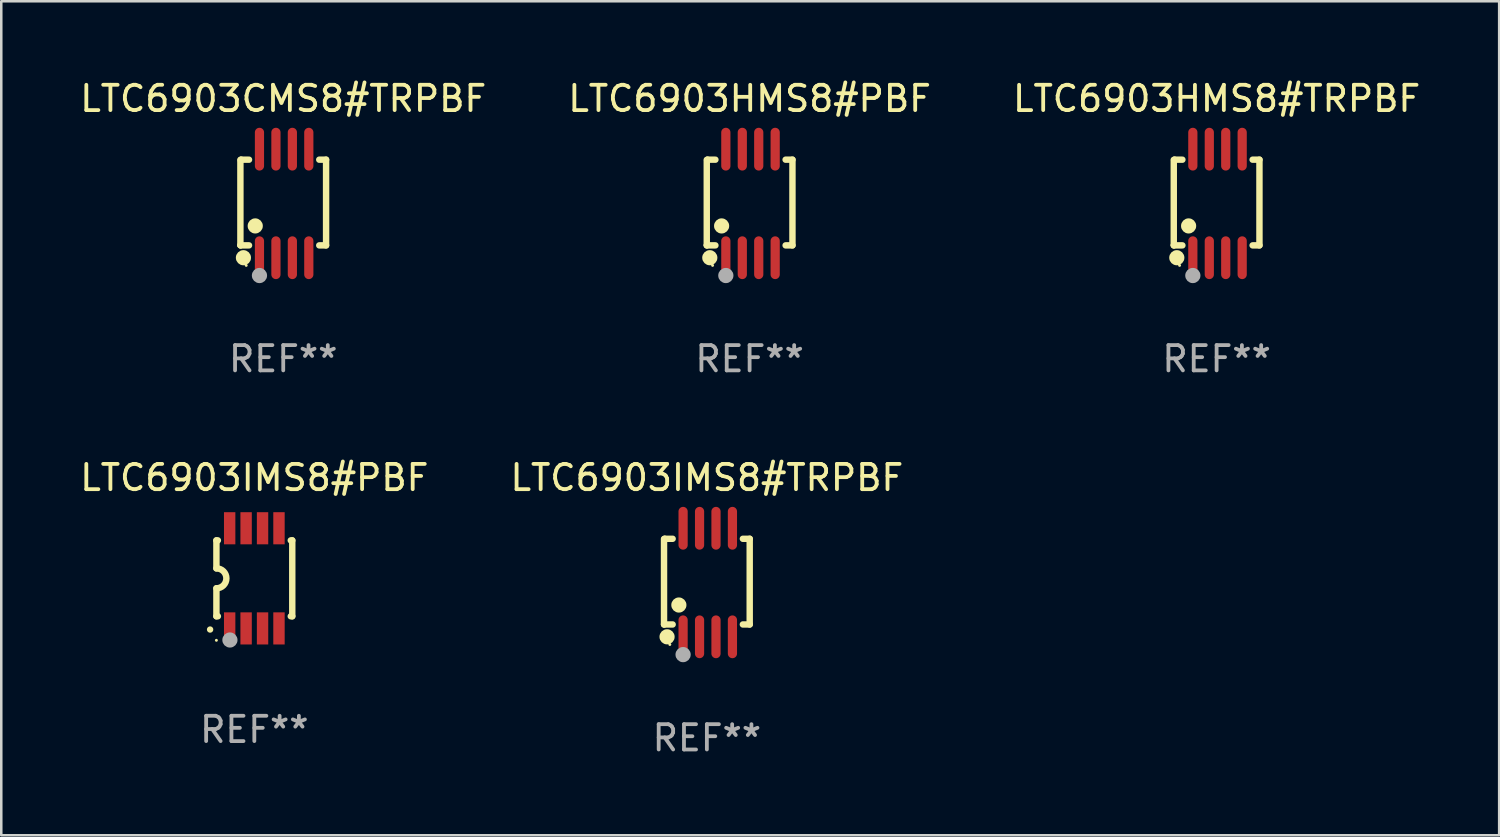
<source format=kicad_pcb>
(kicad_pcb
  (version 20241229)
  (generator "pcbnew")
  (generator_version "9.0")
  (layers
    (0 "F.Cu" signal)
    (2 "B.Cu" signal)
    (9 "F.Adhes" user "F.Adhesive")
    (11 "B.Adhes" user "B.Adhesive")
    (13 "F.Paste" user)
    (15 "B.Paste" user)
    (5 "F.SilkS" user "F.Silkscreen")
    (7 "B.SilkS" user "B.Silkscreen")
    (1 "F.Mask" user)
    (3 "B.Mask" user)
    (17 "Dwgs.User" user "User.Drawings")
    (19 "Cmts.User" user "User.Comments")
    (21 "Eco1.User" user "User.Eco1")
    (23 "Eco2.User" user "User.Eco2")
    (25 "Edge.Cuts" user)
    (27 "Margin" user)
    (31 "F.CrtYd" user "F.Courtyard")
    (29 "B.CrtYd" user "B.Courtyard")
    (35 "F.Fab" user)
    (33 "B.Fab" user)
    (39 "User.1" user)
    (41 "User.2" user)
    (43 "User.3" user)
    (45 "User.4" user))
  (footprint "LTC6903IMS8#TRPBF"
    (layer "F.Cu")
    (at 24.899 19.983)
    (property "Reference" "LTC6903IMS8#TRPBF" (at 0 -4.146 0) (layer "F.SilkS") (effects (font (size 1 1) (thickness 0.15))))
    (attr through_hole)
    (fp_line (start -1.694 -1.724) (end -1.694 1.652) (stroke (width 0.254) (type solid)) (layer "F.SilkS"))
    (fp_line (start -1.694 1.652) (end -1.688 1.658) (stroke (width 0.254) (type solid)) (layer "F.SilkS"))
    (fp_line (start -1.688 1.658) (end -1.353 1.658) (stroke (width 0.254) (type solid)) (layer "F.SilkS"))
    (fp_line (start -1.661 -1.73) (end -1.681 -1.71) (stroke (width 0.254) (type solid)) (layer "F.SilkS"))
    (fp_line (start -1.353 -1.73) (end -1.661 -1.73) (stroke (width 0.254) (type solid)) (layer "F.SilkS"))
    (fp_line (start 1.424 1.658) (end 1.694 1.658) (stroke (width 0.254) (type solid)) (layer "F.SilkS"))
    (fp_line (start 1.694 -1.73) (end 1.424 -1.73) (stroke (width 0.254) (type solid)) (layer "F.SilkS"))
    (fp_line (start 1.694 1.658) (end 1.694 -1.73) (stroke (width 0.254) (type solid)) (layer "F.SilkS"))
    (fp_circle (center -1.574 2.146) (end -1.424 2.146) (stroke (width 0.3) (type solid)) (fill no) (layer "F.SilkS"))
    (fp_circle (center -1.464 2.45) (end -1.434 2.45) (stroke (width 0.06) (type solid)) (fill no) (layer "F.SilkS"))
    (fp_circle (center -1.107 0.889) (end -0.957 0.889) (stroke (width 0.3) (type solid)) (fill no) (layer "F.SilkS"))
    (fp_circle (center -0.94 2.85) (end -0.789 2.85) (stroke (width 0.3) (type solid)) (fill no) (layer "F.Fab"))
    (fp_text user "REF**" (at 0 6.146 0) (layer "F.Fab") (effects (font (size 1 1) (thickness 0.15))))
    (pad "1" smd oval (at -0.94 2.146) (size 0.364 1.692) (layers "F.Cu" "F.Mask" "F.Paste"))
    (pad "2" smd oval (at -0.289 2.146) (size 0.364 1.692) (layers "F.Cu" "F.Mask" "F.Paste"))
    (pad "3" smd oval (at 0.361 2.146) (size 0.364 1.692) (layers "F.Cu" "F.Mask" "F.Paste"))
    (pad "4" smd oval (at 1.011 2.146) (size 0.364 1.692) (layers "F.Cu" "F.Mask" "F.Paste"))
    (pad "5" smd oval (at 1.011 -2.146) (size 0.364 1.692) (layers "F.Cu" "F.Mask" "F.Paste"))
    (pad "6" smd oval (at 0.361 -2.146) (size 0.364 1.692) (layers "F.Cu" "F.Mask" "F.Paste"))
    (pad "7" smd oval (at -0.289 -2.146) (size 0.364 1.692) (layers "F.Cu" "F.Mask" "F.Paste"))
    (pad "8" smd oval (at -0.94 -2.146) (size 0.364 1.692) (layers "F.Cu" "F.Mask" "F.Paste")))
  (footprint "LTC6903HMS8#TRPBF"
    (layer "F.Cu")
    (at 45.054 4.994)
    (property "Reference" "LTC6903HMS8#TRPBF" (at 0 -4.146 0) (layer "F.SilkS") (effects (font (size 1 1) (thickness 0.15))))
    (attr through_hole)
    (fp_line (start -1.694 -1.724) (end -1.694 1.652) (stroke (width 0.254) (type solid)) (layer "F.SilkS"))
    (fp_line (start -1.694 1.652) (end -1.688 1.658) (stroke (width 0.254) (type solid)) (layer "F.SilkS"))
    (fp_line (start -1.688 1.658) (end -1.353 1.658) (stroke (width 0.254) (type solid)) (layer "F.SilkS"))
    (fp_line (start -1.661 -1.73) (end -1.681 -1.71) (stroke (width 0.254) (type solid)) (layer "F.SilkS"))
    (fp_line (start -1.353 -1.73) (end -1.661 -1.73) (stroke (width 0.254) (type solid)) (layer "F.SilkS"))
    (fp_line (start 1.424 1.658) (end 1.694 1.658) (stroke (width 0.254) (type solid)) (layer "F.SilkS"))
    (fp_line (start 1.694 -1.73) (end 1.424 -1.73) (stroke (width 0.254) (type solid)) (layer "F.SilkS"))
    (fp_line (start 1.694 1.658) (end 1.694 -1.73) (stroke (width 0.254) (type solid)) (layer "F.SilkS"))
    (fp_circle (center -1.574 2.146) (end -1.424 2.146) (stroke (width 0.3) (type solid)) (fill no) (layer "F.SilkS"))
    (fp_circle (center -1.464 2.45) (end -1.434 2.45) (stroke (width 0.06) (type solid)) (fill no) (layer "F.SilkS"))
    (fp_circle (center -1.107 0.889) (end -0.957 0.889) (stroke (width 0.3) (type solid)) (fill no) (layer "F.SilkS"))
    (fp_circle (center -0.94 2.85) (end -0.789 2.85) (stroke (width 0.3) (type solid)) (fill no) (layer "F.Fab"))
    (fp_text user "REF**" (at 0 6.146 0) (layer "F.Fab") (effects (font (size 1 1) (thickness 0.15))))
    (pad "1" smd oval (at -0.94 2.146) (size 0.364 1.692) (layers "F.Cu" "F.Mask" "F.Paste"))
    (pad "2" smd oval (at -0.289 2.146) (size 0.364 1.692) (layers "F.Cu" "F.Mask" "F.Paste"))
    (pad "3" smd oval (at 0.361 2.146) (size 0.364 1.692) (layers "F.Cu" "F.Mask" "F.Paste"))
    (pad "4" smd oval (at 1.011 2.146) (size 0.364 1.692) (layers "F.Cu" "F.Mask" "F.Paste"))
    (pad "5" smd oval (at 1.011 -2.146) (size 0.364 1.692) (layers "F.Cu" "F.Mask" "F.Paste"))
    (pad "6" smd oval (at 0.361 -2.146) (size 0.364 1.692) (layers "F.Cu" "F.Mask" "F.Paste"))
    (pad "7" smd oval (at -0.289 -2.146) (size 0.364 1.692) (layers "F.Cu" "F.Mask" "F.Paste"))
    (pad "8" smd oval (at -0.94 -2.146) (size 0.364 1.692) (layers "F.Cu" "F.Mask" "F.Paste")))
  (footprint "LTC6903IMS8#PBF"
    (layer "F.Cu")
    (at 7.006 19.817)
    (property "Reference" "LTC6903IMS8#PBF" (at 0 -3.98 0) (layer "F.SilkS") (effects (font (size 1 1) (thickness 0.15))))
    (attr through_hole)
    (fp_line (start -1.5 -1.5) (end -1.441 -1.5) (stroke (width 0.254) (type solid)) (layer "F.SilkS"))
    (fp_line (start -1.5 1.5) (end -1.441 1.5) (stroke (width 0.254) (type solid)) (layer "F.SilkS"))
    (fp_line (start -1.499 -0.394) (end -1.499 -1.5) (stroke (width 0.254) (type solid)) (layer "F.SilkS"))
    (fp_line (start -1.499 0.394) (end -1.499 1.5) (stroke (width 0.254) (type solid)) (layer "F.SilkS"))
    (fp_line (start 1.441 -1.5) (end 1.5 -1.5) (stroke (width 0.254) (type solid)) (layer "F.SilkS"))
    (fp_line (start 1.441 1.5) (end 1.5 1.5) (stroke (width 0.254) (type solid)) (layer "F.SilkS"))
    (fp_line (start 1.5 -1.5) (end 1.5 1.5) (stroke (width 0.254) (type solid)) (layer "F.SilkS"))
    (fp_arc (start -1.750064 2.024384) (mid -1.748794 2.024378) (end -1.747524 2.024384) (stroke (width 0.24892) (type solid)) (layer "F.SilkS"))
    (fp_arc (start -1.498603 -0.393701) (mid -1.104902 0) (end -1.498603 0.393701) (stroke (width 0.254001) (type solid)) (layer "F.SilkS"))
    (fp_circle (center -1.5 2.45) (end -1.47 2.45) (stroke (width 0.06) (type solid)) (fill no) (layer "F.SilkS"))
    (fp_circle (center -0.965 2.438) (end -0.815 2.438) (stroke (width 0.3) (type solid)) (fill no) (layer "F.Fab"))
    (fp_text user "REF**" (at 0 5.98 0) (layer "F.Fab") (effects (font (size 1 1) (thickness 0.15))))
    (pad "1" smd rect (at -0.975 1.98 180) (size 0.45 1.27) (layers "F.Cu" "F.Mask" "F.Paste"))
    (pad "2" smd rect (at -0.325 1.98 180) (size 0.45 1.27) (layers "F.Cu" "F.Mask" "F.Paste"))
    (pad "3" smd rect (at 0.325 1.98 180) (size 0.45 1.27) (layers "F.Cu" "F.Mask" "F.Paste"))
    (pad "4" smd rect (at 0.975 1.98 180) (size 0.45 1.27) (layers "F.Cu" "F.Mask" "F.Paste"))
    (pad "5" smd rect (at 0.975 -1.98 180) (size 0.45 1.27) (layers "F.Cu" "F.Mask" "F.Paste"))
    (pad "6" smd rect (at 0.325 -1.98 180) (size 0.45 1.27) (layers "F.Cu" "F.Mask" "F.Paste"))
    (pad "7" smd rect (at -0.325 -1.98 180) (size 0.45 1.27) (layers "F.Cu" "F.Mask" "F.Paste"))
    (pad "8" smd rect (at -0.975 -1.98 180) (size 0.45 1.27) (layers "F.Cu" "F.Mask" "F.Paste")))
  (footprint "LTC6903CMS8#TRPBF"
    (layer "F.Cu")
    (at 8.149 4.994)
    (property "Reference" "LTC6903CMS8#TRPBF" (at 0 -4.146 0) (layer "F.SilkS") (effects (font (size 1 1) (thickness 0.15))))
    (attr through_hole)
    (fp_line (start -1.694 -1.724) (end -1.694 1.652) (stroke (width 0.254) (type solid)) (layer "F.SilkS"))
    (fp_line (start -1.694 1.652) (end -1.688 1.658) (stroke (width 0.254) (type solid)) (layer "F.SilkS"))
    (fp_line (start -1.688 1.658) (end -1.353 1.658) (stroke (width 0.254) (type solid)) (layer "F.SilkS"))
    (fp_line (start -1.661 -1.73) (end -1.681 -1.71) (stroke (width 0.254) (type solid)) (layer "F.SilkS"))
    (fp_line (start -1.353 -1.73) (end -1.661 -1.73) (stroke (width 0.254) (type solid)) (layer "F.SilkS"))
    (fp_line (start 1.424 1.658) (end 1.694 1.658) (stroke (width 0.254) (type solid)) (layer "F.SilkS"))
    (fp_line (start 1.694 -1.73) (end 1.424 -1.73) (stroke (width 0.254) (type solid)) (layer "F.SilkS"))
    (fp_line (start 1.694 1.658) (end 1.694 -1.73) (stroke (width 0.254) (type solid)) (layer "F.SilkS"))
    (fp_circle (center -1.574 2.146) (end -1.424 2.146) (stroke (width 0.3) (type solid)) (fill no) (layer "F.SilkS"))
    (fp_circle (center -1.464 2.45) (end -1.434 2.45) (stroke (width 0.06) (type solid)) (fill no) (layer "F.SilkS"))
    (fp_circle (center -1.107 0.889) (end -0.957 0.889) (stroke (width 0.3) (type solid)) (fill no) (layer "F.SilkS"))
    (fp_circle (center -0.94 2.85) (end -0.789 2.85) (stroke (width 0.3) (type solid)) (fill no) (layer "F.Fab"))
    (fp_text user "REF**" (at 0 6.146 0) (layer "F.Fab") (effects (font (size 1 1) (thickness 0.15))))
    (pad "1" smd oval (at -0.94 2.146) (size 0.364 1.692) (layers "F.Cu" "F.Mask" "F.Paste"))
    (pad "2" smd oval (at -0.289 2.146) (size 0.364 1.692) (layers "F.Cu" "F.Mask" "F.Paste"))
    (pad "3" smd oval (at 0.361 2.146) (size 0.364 1.692) (layers "F.Cu" "F.Mask" "F.Paste"))
    (pad "4" smd oval (at 1.011 2.146) (size 0.364 1.692) (layers "F.Cu" "F.Mask" "F.Paste"))
    (pad "5" smd oval (at 1.011 -2.146) (size 0.364 1.692) (layers "F.Cu" "F.Mask" "F.Paste"))
    (pad "6" smd oval (at 0.361 -2.146) (size 0.364 1.692) (layers "F.Cu" "F.Mask" "F.Paste"))
    (pad "7" smd oval (at -0.289 -2.146) (size 0.364 1.692) (layers "F.Cu" "F.Mask" "F.Paste"))
    (pad "8" smd oval (at -0.94 -2.146) (size 0.364 1.692) (layers "F.Cu" "F.Mask" "F.Paste")))
  (footprint "LTC6903HMS8#PBF"
    (layer "F.Cu")
    (at 26.589 4.994)
    (property "Reference" "LTC6903HMS8#PBF" (at 0 -4.146 0) (layer "F.SilkS") (effects (font (size 1 1) (thickness 0.15))))
    (attr through_hole)
    (fp_line (start -1.694 -1.724) (end -1.694 1.652) (stroke (width 0.254) (type solid)) (layer "F.SilkS"))
    (fp_line (start -1.694 1.652) (end -1.688 1.658) (stroke (width 0.254) (type solid)) (layer "F.SilkS"))
    (fp_line (start -1.688 1.658) (end -1.353 1.658) (stroke (width 0.254) (type solid)) (layer "F.SilkS"))
    (fp_line (start -1.661 -1.73) (end -1.681 -1.71) (stroke (width 0.254) (type solid)) (layer "F.SilkS"))
    (fp_line (start -1.353 -1.73) (end -1.661 -1.73) (stroke (width 0.254) (type solid)) (layer "F.SilkS"))
    (fp_line (start 1.424 1.658) (end 1.694 1.658) (stroke (width 0.254) (type solid)) (layer "F.SilkS"))
    (fp_line (start 1.694 -1.73) (end 1.424 -1.73) (stroke (width 0.254) (type solid)) (layer "F.SilkS"))
    (fp_line (start 1.694 1.658) (end 1.694 -1.73) (stroke (width 0.254) (type solid)) (layer "F.SilkS"))
    (fp_circle (center -1.574 2.146) (end -1.424 2.146) (stroke (width 0.3) (type solid)) (fill no) (layer "F.SilkS"))
    (fp_circle (center -1.464 2.45) (end -1.434 2.45) (stroke (width 0.06) (type solid)) (fill no) (layer "F.SilkS"))
    (fp_circle (center -1.107 0.889) (end -0.957 0.889) (stroke (width 0.3) (type solid)) (fill no) (layer "F.SilkS"))
    (fp_circle (center -0.94 2.85) (end -0.789 2.85) (stroke (width 0.3) (type solid)) (fill no) (layer "F.Fab"))
    (fp_text user "REF**" (at 0 6.146 0) (layer "F.Fab") (effects (font (size 1 1) (thickness 0.15))))
    (pad "1" smd oval (at -0.94 2.146) (size 0.364 1.692) (layers "F.Cu" "F.Mask" "F.Paste"))
    (pad "2" smd oval (at -0.289 2.146) (size 0.364 1.692) (layers "F.Cu" "F.Mask" "F.Paste"))
    (pad "3" smd oval (at 0.361 2.146) (size 0.364 1.692) (layers "F.Cu" "F.Mask" "F.Paste"))
    (pad "4" smd oval (at 1.011 2.146) (size 0.364 1.692) (layers "F.Cu" "F.Mask" "F.Paste"))
    (pad "5" smd oval (at 1.011 -2.146) (size 0.364 1.692) (layers "F.Cu" "F.Mask" "F.Paste"))
    (pad "6" smd oval (at 0.361 -2.146) (size 0.364 1.692) (layers "F.Cu" "F.Mask" "F.Paste"))
    (pad "7" smd oval (at -0.289 -2.146) (size 0.364 1.692) (layers "F.Cu" "F.Mask" "F.Paste"))
    (pad "8" smd oval (at -0.94 -2.146) (size 0.364 1.692) (layers "F.Cu" "F.Mask" "F.Paste")))
  (gr_rect
    (start -3 -3)
    (end 56.226 29.977)
    (stroke (width 0.1) (type default))
    (fill no)
    (layer "Edge.Cuts")))
</source>
